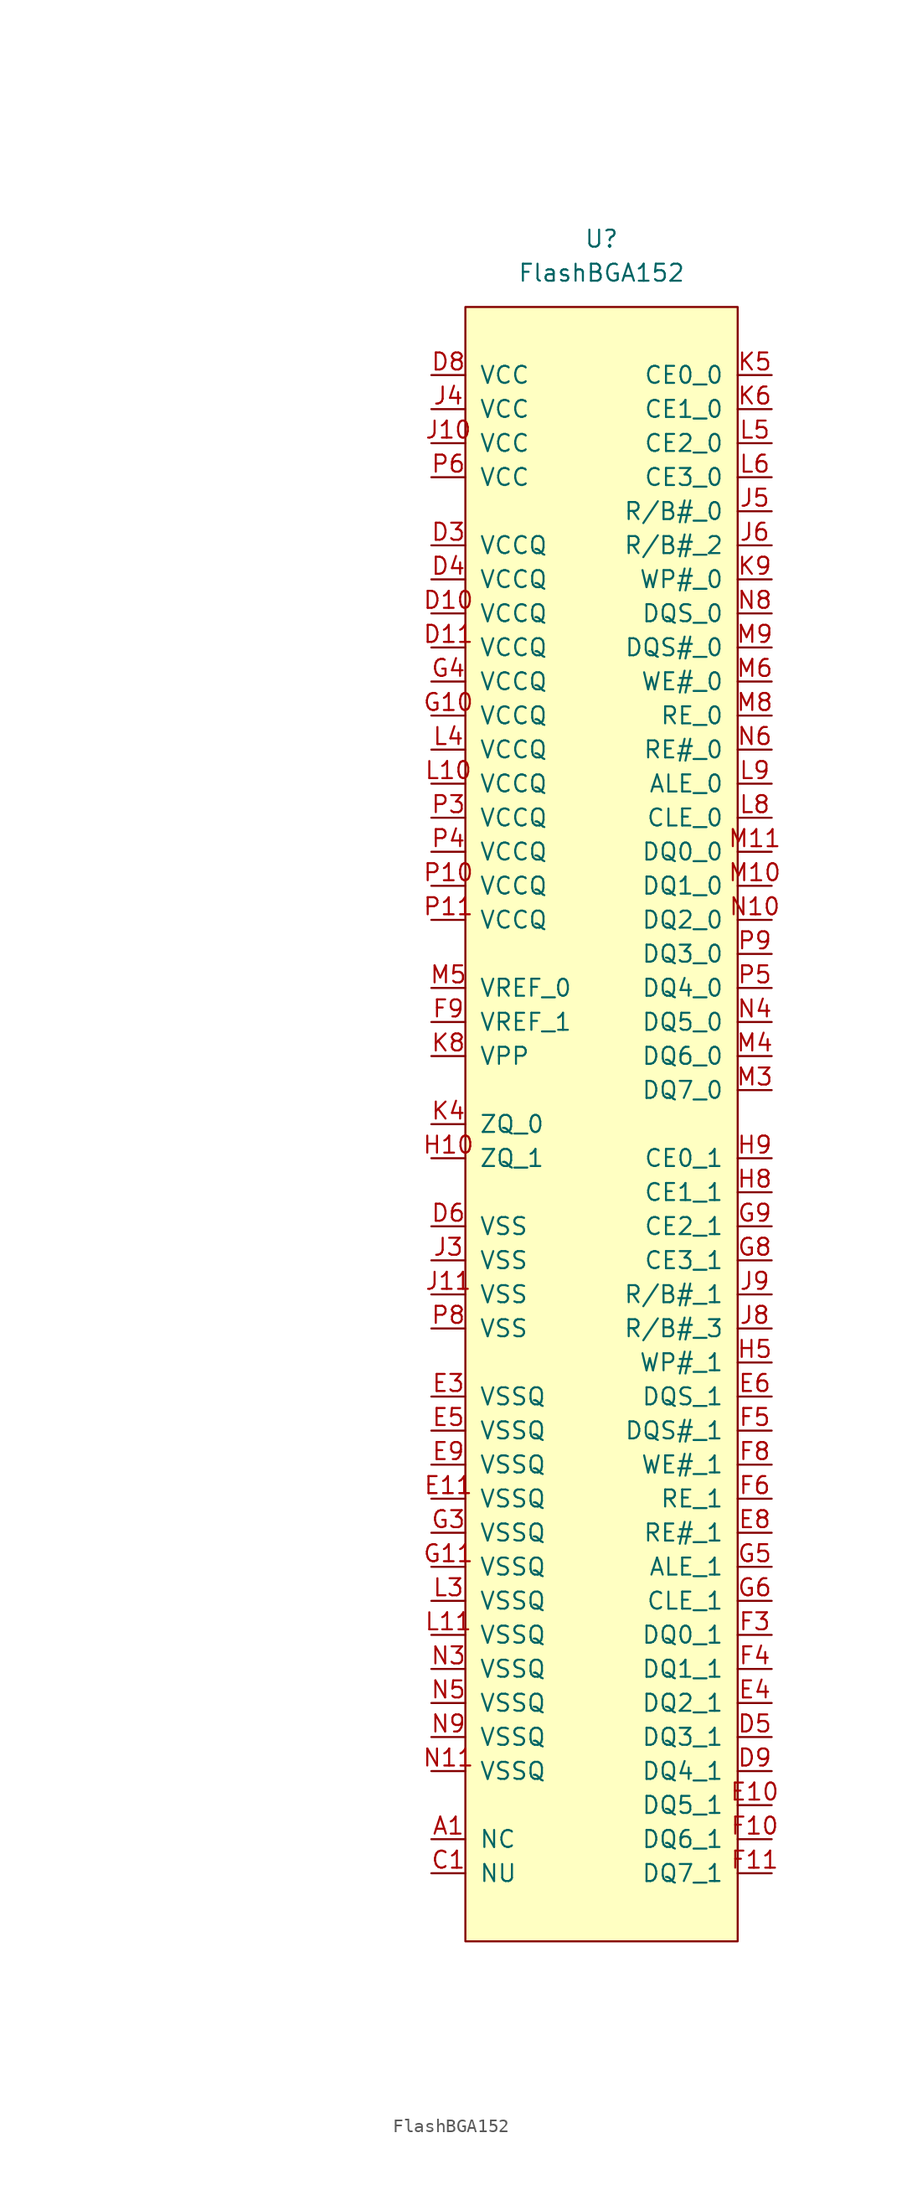
<source format=kicad_sym>
(kicad_symbol_lib
  (version 20210619)
  (generator kicad_symbol_editor)
  (symbol "symbols:FlashBGA152"
    (pin_names
      (offset 1.016))
    (property "Reference" "U"
      (at 0 0 0)
      (effects (font (size 1.27 1.27))))
    (property "Value" "FlashBGA152"
      (at 0 -2.54 0)
      (effects (font (size 1.27 1.27))))
    (symbol "FlashBGA152_0_1"
      (rectangle (start -10.16 -5.08) (end 10.16 -127) (stroke (width 0)) (fill (type background))))
    (symbol "FlashBGA152_1_1"
      (pin input line (at -12.7 -119.38 0) (length 2.54) (name "NC" (effects (font (size 1.27 1.27)))) (number "A1" (effects (font (size 1.27 1.27)))))
      (pin input line (at -35.56 -38.1 0) (length 2.54) hide (name "NC" (effects (font (size 1.27 1.27)))) (number "A10" (effects (font (size 1.27 1.27)))))
      (pin input line (at -35.56 -40.64 0) (length 2.54) hide (name "NC" (effects (font (size 1.27 1.27)))) (number "A11" (effects (font (size 1.27 1.27)))))
      (pin input line (at -35.56 -43.18 0) (length 2.54) hide (name "NC" (effects (font (size 1.27 1.27)))) (number "A12" (effects (font (size 1.27 1.27)))))
      (pin input line (at -35.56 -45.72 0) (length 2.54) hide (name "NC" (effects (font (size 1.27 1.27)))) (number "A13" (effects (font (size 1.27 1.27)))))
      (pin input line (at -35.56 -48.26 0) (length 2.54) hide (name "NC" (effects (font (size 1.27 1.27)))) (number "A2" (effects (font (size 1.27 1.27)))))
      (pin input line (at -35.56 -50.8 0) (length 2.54) hide (name "NC" (effects (font (size 1.27 1.27)))) (number "A3" (effects (font (size 1.27 1.27)))))
      (pin input line (at -35.56 -53.34 0) (length 2.54) hide (name "NC" (effects (font (size 1.27 1.27)))) (number "A4" (effects (font (size 1.27 1.27)))))
      (pin input line (at -35.56 -55.88 0) (length 2.54) hide (name "NC" (effects (font (size 1.27 1.27)))) (number "B1" (effects (font (size 1.27 1.27)))))
      (pin input line (at -35.56 -58.42 0) (length 2.54) hide (name "NC" (effects (font (size 1.27 1.27)))) (number "B10" (effects (font (size 1.27 1.27)))))
      (pin input line (at -35.56 -60.96 0) (length 2.54) hide (name "NC" (effects (font (size 1.27 1.27)))) (number "B11" (effects (font (size 1.27 1.27)))))
      (pin input line (at -35.56 -63.5 0) (length 2.54) hide (name "NC" (effects (font (size 1.27 1.27)))) (number "B12" (effects (font (size 1.27 1.27)))))
      (pin input line (at -35.56 -66.04 0) (length 2.54) hide (name "NC" (effects (font (size 1.27 1.27)))) (number "B13" (effects (font (size 1.27 1.27)))))
      (pin input line (at -35.56 -68.58 0) (length 2.54) hide (name "NC" (effects (font (size 1.27 1.27)))) (number "B2" (effects (font (size 1.27 1.27)))))
      (pin input line (at -35.56 -71.12 0) (length 2.54) hide (name "NC" (effects (font (size 1.27 1.27)))) (number "B3" (effects (font (size 1.27 1.27)))))
      (pin input line (at -35.56 -73.66 0) (length 2.54) hide (name "NC" (effects (font (size 1.27 1.27)))) (number "B4" (effects (font (size 1.27 1.27)))))
      (pin input line (at -12.7 -121.92 0) (length 2.54) (name "NU" (effects (font (size 1.27 1.27)))) (number "C1" (effects (font (size 1.27 1.27)))))
      (pin input line (at -25.4 -38.1 0) (length 2.54) hide (name "NU" (effects (font (size 1.27 1.27)))) (number "C10" (effects (font (size 1.27 1.27)))))
      (pin input line (at -25.4 -40.64 0) (length 2.54) hide (name "NU" (effects (font (size 1.27 1.27)))) (number "C11" (effects (font (size 1.27 1.27)))))
      (pin input line (at -25.4 -43.18 0) (length 2.54) hide (name "NU" (effects (font (size 1.27 1.27)))) (number "C12" (effects (font (size 1.27 1.27)))))
      (pin input line (at -25.4 -45.72 0) (length 2.54) hide (name "NU" (effects (font (size 1.27 1.27)))) (number "C13" (effects (font (size 1.27 1.27)))))
      (pin input line (at -25.4 -48.26 0) (length 2.54) hide (name "NU" (effects (font (size 1.27 1.27)))) (number "C2" (effects (font (size 1.27 1.27)))))
      (pin input line (at -25.4 -50.8 0) (length 2.54) hide (name "NU" (effects (font (size 1.27 1.27)))) (number "C3" (effects (font (size 1.27 1.27)))))
      (pin input line (at -25.4 -53.34 0) (length 2.54) hide (name "NU" (effects (font (size 1.27 1.27)))) (number "C4" (effects (font (size 1.27 1.27)))))
      (pin input line (at -25.4 -55.88 0) (length 2.54) hide (name "NU" (effects (font (size 1.27 1.27)))) (number "D1" (effects (font (size 1.27 1.27)))))
      (pin input line (at -12.7 -27.94 0) (length 2.54) (name "VCCQ" (effects (font (size 1.27 1.27)))) (number "D10" (effects (font (size 1.27 1.27)))))
      (pin input line (at -12.7 -30.48 0) (length 2.54) (name "VCCQ" (effects (font (size 1.27 1.27)))) (number "D11" (effects (font (size 1.27 1.27)))))
      (pin input line (at -25.4 -58.42 0) (length 2.54) hide (name "NU" (effects (font (size 1.27 1.27)))) (number "D12" (effects (font (size 1.27 1.27)))))
      (pin input line (at -25.4 -60.96 0) (length 2.54) hide (name "NU" (effects (font (size 1.27 1.27)))) (number "D13" (effects (font (size 1.27 1.27)))))
      (pin input line (at -25.4 -63.5 0) (length 2.54) hide (name "NU" (effects (font (size 1.27 1.27)))) (number "D2" (effects (font (size 1.27 1.27)))))
      (pin input line (at -12.7 -22.86 0) (length 2.54) (name "VCCQ" (effects (font (size 1.27 1.27)))) (number "D3" (effects (font (size 1.27 1.27)))))
      (pin input line (at -12.7 -25.4 0) (length 2.54) (name "VCCQ" (effects (font (size 1.27 1.27)))) (number "D4" (effects (font (size 1.27 1.27)))))
      (pin input line (at 12.7 -111.76 180) (length 2.54) (name "DQ3_1" (effects (font (size 1.27 1.27)))) (number "D5" (effects (font (size 1.27 1.27)))))
      (pin input line (at -12.7 -73.66 0) (length 2.54) (name "VSS" (effects (font (size 1.27 1.27)))) (number "D6" (effects (font (size 1.27 1.27)))))
      (pin input line (at -12.7 -10.16 0) (length 2.54) (name "VCC" (effects (font (size 1.27 1.27)))) (number "D8" (effects (font (size 1.27 1.27)))))
      (pin input line (at 12.7 -114.3 180) (length 2.54) (name "DQ4_1" (effects (font (size 1.27 1.27)))) (number "D9" (effects (font (size 1.27 1.27)))))
      (pin input line (at -25.4 -66.04 0) (length 2.54) hide (name "NU" (effects (font (size 1.27 1.27)))) (number "E1" (effects (font (size 1.27 1.27)))))
      (pin input line (at 12.7 -116.84 180) (length 2.54) (name "DQ5_1" (effects (font (size 1.27 1.27)))) (number "E10" (effects (font (size 1.27 1.27)))))
      (pin input line (at -12.7 -93.98 0) (length 2.54) (name "VSSQ" (effects (font (size 1.27 1.27)))) (number "E11" (effects (font (size 1.27 1.27)))))
      (pin input line (at -25.4 -68.58 0) (length 2.54) hide (name "NU" (effects (font (size 1.27 1.27)))) (number "E12" (effects (font (size 1.27 1.27)))))
      (pin input line (at -25.4 -71.12 0) (length 2.54) hide (name "NU" (effects (font (size 1.27 1.27)))) (number "E13" (effects (font (size 1.27 1.27)))))
      (pin input line (at -25.4 -73.66 0) (length 2.54) hide (name "NU" (effects (font (size 1.27 1.27)))) (number "E2" (effects (font (size 1.27 1.27)))))
      (pin input line (at -12.7 -86.36 0) (length 2.54) (name "VSSQ" (effects (font (size 1.27 1.27)))) (number "E3" (effects (font (size 1.27 1.27)))))
      (pin input line (at 12.7 -109.22 180) (length 2.54) (name "DQ2_1" (effects (font (size 1.27 1.27)))) (number "E4" (effects (font (size 1.27 1.27)))))
      (pin input line (at -12.7 -88.9 0) (length 2.54) (name "VSSQ" (effects (font (size 1.27 1.27)))) (number "E5" (effects (font (size 1.27 1.27)))))
      (pin input line (at 12.7 -86.36 180) (length 2.54) (name "DQS_1" (effects (font (size 1.27 1.27)))) (number "E6" (effects (font (size 1.27 1.27)))))
      (pin input line (at 12.7 -96.52 180) (length 2.54) (name "RE#_1" (effects (font (size 1.27 1.27)))) (number "E8" (effects (font (size 1.27 1.27)))))
      (pin input line (at -12.7 -91.44 0) (length 2.54) (name "VSSQ" (effects (font (size 1.27 1.27)))) (number "E9" (effects (font (size 1.27 1.27)))))
      (pin input line (at 12.7 -119.38 180) (length 2.54) (name "DQ6_1" (effects (font (size 1.27 1.27)))) (number "F10" (effects (font (size 1.27 1.27)))))
      (pin input line (at 12.7 -121.92 180) (length 2.54) (name "DQ7_1" (effects (font (size 1.27 1.27)))) (number "F11" (effects (font (size 1.27 1.27)))))
      (pin input line (at 12.7 -104.14 180) (length 2.54) (name "DQ0_1" (effects (font (size 1.27 1.27)))) (number "F3" (effects (font (size 1.27 1.27)))))
      (pin input line (at 12.7 -106.68 180) (length 2.54) (name "DQ1_1" (effects (font (size 1.27 1.27)))) (number "F4" (effects (font (size 1.27 1.27)))))
      (pin input line (at 12.7 -88.9 180) (length 2.54) (name "DQS#_1" (effects (font (size 1.27 1.27)))) (number "F5" (effects (font (size 1.27 1.27)))))
      (pin input line (at 12.7 -93.98 180) (length 2.54) (name "RE_1" (effects (font (size 1.27 1.27)))) (number "F6" (effects (font (size 1.27 1.27)))))
      (pin input line (at 12.7 -91.44 180) (length 2.54) (name "WE#_1" (effects (font (size 1.27 1.27)))) (number "F8" (effects (font (size 1.27 1.27)))))
      (pin input line (at -12.7 -58.42 0) (length 2.54) (name "VREF_1" (effects (font (size 1.27 1.27)))) (number "F9" (effects (font (size 1.27 1.27)))))
      (pin input line (at -12.7 -35.56 0) (length 2.54) (name "VCCQ" (effects (font (size 1.27 1.27)))) (number "G10" (effects (font (size 1.27 1.27)))))
      (pin input line (at -12.7 -99.06 0) (length 2.54) (name "VSSQ" (effects (font (size 1.27 1.27)))) (number "G11" (effects (font (size 1.27 1.27)))))
      (pin input line (at -12.7 -96.52 0) (length 2.54) (name "VSSQ" (effects (font (size 1.27 1.27)))) (number "G3" (effects (font (size 1.27 1.27)))))
      (pin input line (at -12.7 -33.02 0) (length 2.54) (name "VCCQ" (effects (font (size 1.27 1.27)))) (number "G4" (effects (font (size 1.27 1.27)))))
      (pin input line (at 12.7 -99.06 180) (length 2.54) (name "ALE_1" (effects (font (size 1.27 1.27)))) (number "G5" (effects (font (size 1.27 1.27)))))
      (pin input line (at 12.7 -101.6 180) (length 2.54) (name "CLE_1" (effects (font (size 1.27 1.27)))) (number "G6" (effects (font (size 1.27 1.27)))))
      (pin input line (at 12.7 -76.2 180) (length 2.54) (name "CE3_1" (effects (font (size 1.27 1.27)))) (number "G8" (effects (font (size 1.27 1.27)))))
      (pin input line (at 12.7 -73.66 180) (length 2.54) (name "CE2_1" (effects (font (size 1.27 1.27)))) (number "G9" (effects (font (size 1.27 1.27)))))
      (pin input line (at -12.7 -68.58 0) (length 2.54) (name "ZQ_1" (effects (font (size 1.27 1.27)))) (number "H10" (effects (font (size 1.27 1.27)))))
      (pin input line (at -25.4 -76.2 0) (length 2.54) hide (name "NU" (effects (font (size 1.27 1.27)))) (number "H11" (effects (font (size 1.27 1.27)))))
      (pin input line (at -25.4 -78.74 0) (length 2.54) hide (name "NU" (effects (font (size 1.27 1.27)))) (number "H3" (effects (font (size 1.27 1.27)))))
      (pin input line (at -25.4 -81.28 0) (length 2.54) hide (name "NU" (effects (font (size 1.27 1.27)))) (number "H4" (effects (font (size 1.27 1.27)))))
      (pin input line (at 12.7 -83.82 180) (length 2.54) (name "WP#_1" (effects (font (size 1.27 1.27)))) (number "H5" (effects (font (size 1.27 1.27)))))
      (pin input line (at -25.4 -83.82 0) (length 2.54) hide (name "NU" (effects (font (size 1.27 1.27)))) (number "H6" (effects (font (size 1.27 1.27)))))
      (pin input line (at 12.7 -71.12 180) (length 2.54) (name "CE1_1" (effects (font (size 1.27 1.27)))) (number "H8" (effects (font (size 1.27 1.27)))))
      (pin input line (at 12.7 -68.58 180) (length 2.54) (name "CE0_1" (effects (font (size 1.27 1.27)))) (number "H9" (effects (font (size 1.27 1.27)))))
      (pin input line (at -12.7 -15.24 0) (length 2.54) (name "VCC" (effects (font (size 1.27 1.27)))) (number "J10" (effects (font (size 1.27 1.27)))))
      (pin input line (at -12.7 -78.74 0) (length 2.54) (name "VSS" (effects (font (size 1.27 1.27)))) (number "J11" (effects (font (size 1.27 1.27)))))
      (pin input line (at -12.7 -76.2 0) (length 2.54) (name "VSS" (effects (font (size 1.27 1.27)))) (number "J3" (effects (font (size 1.27 1.27)))))
      (pin input line (at -12.7 -12.7 0) (length 2.54) (name "VCC" (effects (font (size 1.27 1.27)))) (number "J4" (effects (font (size 1.27 1.27)))))
      (pin input line (at 12.7 -20.32 180) (length 2.54) (name "R/B#_0" (effects (font (size 1.27 1.27)))) (number "J5" (effects (font (size 1.27 1.27)))))
      (pin input line (at 12.7 -22.86 180) (length 2.54) (name "R/B#_2" (effects (font (size 1.27 1.27)))) (number "J6" (effects (font (size 1.27 1.27)))))
      (pin input line (at 12.7 -81.28 180) (length 2.54) (name "R/B#_3" (effects (font (size 1.27 1.27)))) (number "J8" (effects (font (size 1.27 1.27)))))
      (pin input line (at 12.7 -78.74 180) (length 2.54) (name "R/B#_1" (effects (font (size 1.27 1.27)))) (number "J9" (effects (font (size 1.27 1.27)))))
      (pin input line (at -25.4 -86.36 0) (length 2.54) hide (name "NU" (effects (font (size 1.27 1.27)))) (number "K10" (effects (font (size 1.27 1.27)))))
      (pin input line (at -25.4 -88.9 0) (length 2.54) hide (name "NU" (effects (font (size 1.27 1.27)))) (number "K11" (effects (font (size 1.27 1.27)))))
      (pin input line (at -25.4 -91.44 0) (length 2.54) hide (name "NU" (effects (font (size 1.27 1.27)))) (number "K3" (effects (font (size 1.27 1.27)))))
      (pin input line (at -12.7 -66.04 0) (length 2.54) (name "ZQ_0" (effects (font (size 1.27 1.27)))) (number "K4" (effects (font (size 1.27 1.27)))))
      (pin input line (at 12.7 -10.16 180) (length 2.54) (name "CE0_0" (effects (font (size 1.27 1.27)))) (number "K5" (effects (font (size 1.27 1.27)))))
      (pin input line (at 12.7 -12.7 180) (length 2.54) (name "CE1_0" (effects (font (size 1.27 1.27)))) (number "K6" (effects (font (size 1.27 1.27)))))
      (pin input line (at -12.7 -60.96 0) (length 2.54) (name "VPP" (effects (font (size 1.27 1.27)))) (number "K8" (effects (font (size 1.27 1.27)))))
      (pin input line (at 12.7 -25.4 180) (length 2.54) (name "WP#_0" (effects (font (size 1.27 1.27)))) (number "K9" (effects (font (size 1.27 1.27)))))
      (pin input line (at -12.7 -40.64 0) (length 2.54) (name "VCCQ" (effects (font (size 1.27 1.27)))) (number "L10" (effects (font (size 1.27 1.27)))))
      (pin input line (at -12.7 -104.14 0) (length 2.54) (name "VSSQ" (effects (font (size 1.27 1.27)))) (number "L11" (effects (font (size 1.27 1.27)))))
      (pin input line (at -12.7 -101.6 0) (length 2.54) (name "VSSQ" (effects (font (size 1.27 1.27)))) (number "L3" (effects (font (size 1.27 1.27)))))
      (pin input line (at -12.7 -38.1 0) (length 2.54) (name "VCCQ" (effects (font (size 1.27 1.27)))) (number "L4" (effects (font (size 1.27 1.27)))))
      (pin input line (at 12.7 -15.24 180) (length 2.54) (name "CE2_0" (effects (font (size 1.27 1.27)))) (number "L5" (effects (font (size 1.27 1.27)))))
      (pin input line (at 12.7 -17.78 180) (length 2.54) (name "CE3_0" (effects (font (size 1.27 1.27)))) (number "L6" (effects (font (size 1.27 1.27)))))
      (pin input line (at 12.7 -43.18 180) (length 2.54) (name "CLE_0" (effects (font (size 1.27 1.27)))) (number "L8" (effects (font (size 1.27 1.27)))))
      (pin input line (at 12.7 -40.64 180) (length 2.54) (name "ALE_0" (effects (font (size 1.27 1.27)))) (number "L9" (effects (font (size 1.27 1.27)))))
      (pin input line (at 12.7 -48.26 180) (length 2.54) (name "DQ1_0" (effects (font (size 1.27 1.27)))) (number "M10" (effects (font (size 1.27 1.27)))))
      (pin input line (at 12.7 -45.72 180) (length 2.54) (name "DQ0_0" (effects (font (size 1.27 1.27)))) (number "M11" (effects (font (size 1.27 1.27)))))
      (pin input line (at 12.7 -63.5 180) (length 2.54) (name "DQ7_0" (effects (font (size 1.27 1.27)))) (number "M3" (effects (font (size 1.27 1.27)))))
      (pin input line (at 12.7 -60.96 180) (length 2.54) (name "DQ6_0" (effects (font (size 1.27 1.27)))) (number "M4" (effects (font (size 1.27 1.27)))))
      (pin input line (at -12.7 -55.88 0) (length 2.54) (name "VREF_0" (effects (font (size 1.27 1.27)))) (number "M5" (effects (font (size 1.27 1.27)))))
      (pin input line (at 12.7 -33.02 180) (length 2.54) (name "WE#_0" (effects (font (size 1.27 1.27)))) (number "M6" (effects (font (size 1.27 1.27)))))
      (pin input line (at 12.7 -35.56 180) (length 2.54) (name "RE_0" (effects (font (size 1.27 1.27)))) (number "M8" (effects (font (size 1.27 1.27)))))
      (pin input line (at 12.7 -30.48 180) (length 2.54) (name "DQS#_0" (effects (font (size 1.27 1.27)))) (number "M9" (effects (font (size 1.27 1.27)))))
      (pin input line (at -25.4 -93.98 0) (length 2.54) hide (name "NU" (effects (font (size 1.27 1.27)))) (number "N1" (effects (font (size 1.27 1.27)))))
      (pin input line (at 12.7 -50.8 180) (length 2.54) (name "DQ2_0" (effects (font (size 1.27 1.27)))) (number "N10" (effects (font (size 1.27 1.27)))))
      (pin input line (at -12.7 -114.3 0) (length 2.54) (name "VSSQ" (effects (font (size 1.27 1.27)))) (number "N11" (effects (font (size 1.27 1.27)))))
      (pin input line (at -25.4 -96.52 0) (length 2.54) hide (name "NU" (effects (font (size 1.27 1.27)))) (number "N12" (effects (font (size 1.27 1.27)))))
      (pin input line (at -25.4 -99.06 0) (length 2.54) hide (name "NU" (effects (font (size 1.27 1.27)))) (number "N13" (effects (font (size 1.27 1.27)))))
      (pin input line (at -25.4 -101.6 0) (length 2.54) hide (name "NU" (effects (font (size 1.27 1.27)))) (number "N2" (effects (font (size 1.27 1.27)))))
      (pin input line (at -12.7 -106.68 0) (length 2.54) (name "VSSQ" (effects (font (size 1.27 1.27)))) (number "N3" (effects (font (size 1.27 1.27)))))
      (pin input line (at 12.7 -58.42 180) (length 2.54) (name "DQ5_0" (effects (font (size 1.27 1.27)))) (number "N4" (effects (font (size 1.27 1.27)))))
      (pin input line (at -12.7 -109.22 0) (length 2.54) (name "VSSQ" (effects (font (size 1.27 1.27)))) (number "N5" (effects (font (size 1.27 1.27)))))
      (pin input line (at 12.7 -38.1 180) (length 2.54) (name "RE#_0" (effects (font (size 1.27 1.27)))) (number "N6" (effects (font (size 1.27 1.27)))))
      (pin input line (at 12.7 -27.94 180) (length 2.54) (name "DQS_0" (effects (font (size 1.27 1.27)))) (number "N8" (effects (font (size 1.27 1.27)))))
      (pin input line (at -12.7 -111.76 0) (length 2.54) (name "VSSQ" (effects (font (size 1.27 1.27)))) (number "N9" (effects (font (size 1.27 1.27)))))
      (pin input line (at -12.7 -48.26 0) (length 2.54) (name "VCCQ" (effects (font (size 1.27 1.27)))) (number "P10" (effects (font (size 1.27 1.27)))))
      (pin input line (at -12.7 -50.8 0) (length 2.54) (name "VCCQ" (effects (font (size 1.27 1.27)))) (number "P11" (effects (font (size 1.27 1.27)))))
      (pin input line (at -12.7 -43.18 0) (length 2.54) (name "VCCQ" (effects (font (size 1.27 1.27)))) (number "P3" (effects (font (size 1.27 1.27)))))
      (pin input line (at -12.7 -45.72 0) (length 2.54) (name "VCCQ" (effects (font (size 1.27 1.27)))) (number "P4" (effects (font (size 1.27 1.27)))))
      (pin input line (at 12.7 -55.88 180) (length 2.54) (name "DQ4_0" (effects (font (size 1.27 1.27)))) (number "P5" (effects (font (size 1.27 1.27)))))
      (pin input line (at -12.7 -17.78 0) (length 2.54) (name "VCC" (effects (font (size 1.27 1.27)))) (number "P6" (effects (font (size 1.27 1.27)))))
      (pin input line (at -12.7 -81.28 0) (length 2.54) (name "VSS" (effects (font (size 1.27 1.27)))) (number "P8" (effects (font (size 1.27 1.27)))))
      (pin input line (at 12.7 -53.34 180) (length 2.54) (name "DQ3_0" (effects (font (size 1.27 1.27)))) (number "P9" (effects (font (size 1.27 1.27)))))
      (pin input line (at -25.4 -104.14 0) (length 2.54) hide (name "NU" (effects (font (size 1.27 1.27)))) (number "R1" (effects (font (size 1.27 1.27)))))
      (pin input line (at -25.4 -106.68 0) (length 2.54) hide (name "NU" (effects (font (size 1.27 1.27)))) (number "R10" (effects (font (size 1.27 1.27)))))
      (pin input line (at -25.4 -109.22 0) (length 2.54) hide (name "NU" (effects (font (size 1.27 1.27)))) (number "R11" (effects (font (size 1.27 1.27)))))
      (pin input line (at -25.4 -111.76 0) (length 2.54) hide (name "NU" (effects (font (size 1.27 1.27)))) (number "R12" (effects (font (size 1.27 1.27)))))
      (pin input line (at -25.4 -114.3 0) (length 2.54) hide (name "NU" (effects (font (size 1.27 1.27)))) (number "R13" (effects (font (size 1.27 1.27)))))
      (pin input line (at -25.4 -116.84 0) (length 2.54) hide (name "NU" (effects (font (size 1.27 1.27)))) (number "R2" (effects (font (size 1.27 1.27)))))
      (pin input line (at -25.4 -119.38 0) (length 2.54) hide (name "NU" (effects (font (size 1.27 1.27)))) (number "R3" (effects (font (size 1.27 1.27)))))
      (pin input line (at -25.4 -121.92 0) (length 2.54) hide (name "NU" (effects (font (size 1.27 1.27)))) (number "R4" (effects (font (size 1.27 1.27)))))
      (pin input line (at -35.56 -76.2 0) (length 2.54) hide (name "NC" (effects (font (size 1.27 1.27)))) (number "T1" (effects (font (size 1.27 1.27)))))
      (pin input line (at -35.56 -78.74 0) (length 2.54) hide (name "NC" (effects (font (size 1.27 1.27)))) (number "T10" (effects (font (size 1.27 1.27)))))
      (pin input line (at -35.56 -81.28 0) (length 2.54) hide (name "NC" (effects (font (size 1.27 1.27)))) (number "T11" (effects (font (size 1.27 1.27)))))
      (pin input line (at -35.56 -83.82 0) (length 2.54) hide (name "NC" (effects (font (size 1.27 1.27)))) (number "T12" (effects (font (size 1.27 1.27)))))
      (pin input line (at -35.56 -86.36 0) (length 2.54) hide (name "NC" (effects (font (size 1.27 1.27)))) (number "T13" (effects (font (size 1.27 1.27)))))
      (pin input line (at -35.56 -88.9 0) (length 2.54) hide (name "NC" (effects (font (size 1.27 1.27)))) (number "T2" (effects (font (size 1.27 1.27)))))
      (pin input line (at -35.56 -91.44 0) (length 2.54) hide (name "NC" (effects (font (size 1.27 1.27)))) (number "T3" (effects (font (size 1.27 1.27)))))
      (pin input line (at -35.56 -93.98 0) (length 2.54) hide (name "NC" (effects (font (size 1.27 1.27)))) (number "T4" (effects (font (size 1.27 1.27)))))
      (pin input line (at -35.56 -96.52 0) (length 2.54) hide (name "NC" (effects (font (size 1.27 1.27)))) (number "U1" (effects (font (size 1.27 1.27)))))
      (pin input line (at -35.56 -99.06 0) (length 2.54) hide (name "NC" (effects (font (size 1.27 1.27)))) (number "U10" (effects (font (size 1.27 1.27)))))
      (pin input line (at -35.56 -101.6 0) (length 2.54) hide (name "NC" (effects (font (size 1.27 1.27)))) (number "U11" (effects (font (size 1.27 1.27)))))
      (pin input line (at -35.56 -104.14 0) (length 2.54) hide (name "NC" (effects (font (size 1.27 1.27)))) (number "U12" (effects (font (size 1.27 1.27)))))
      (pin input line (at -35.56 -106.68 0) (length 2.54) hide (name "NC" (effects (font (size 1.27 1.27)))) (number "U13" (effects (font (size 1.27 1.27)))))
      (pin input line (at -35.56 -109.22 0) (length 2.54) hide (name "NC" (effects (font (size 1.27 1.27)))) (number "U2" (effects (font (size 1.27 1.27)))))
      (pin input line (at -35.56 -111.76 0) (length 2.54) hide (name "NC" (effects (font (size 1.27 1.27)))) (number "U3" (effects (font (size 1.27 1.27)))))
      (pin input line (at -35.56 -114.3 0) (length 2.54) hide (name "NC" (effects (font (size 1.27 1.27)))) (number "U4" (effects (font (size 1.27 1.27))))))))
</source>
